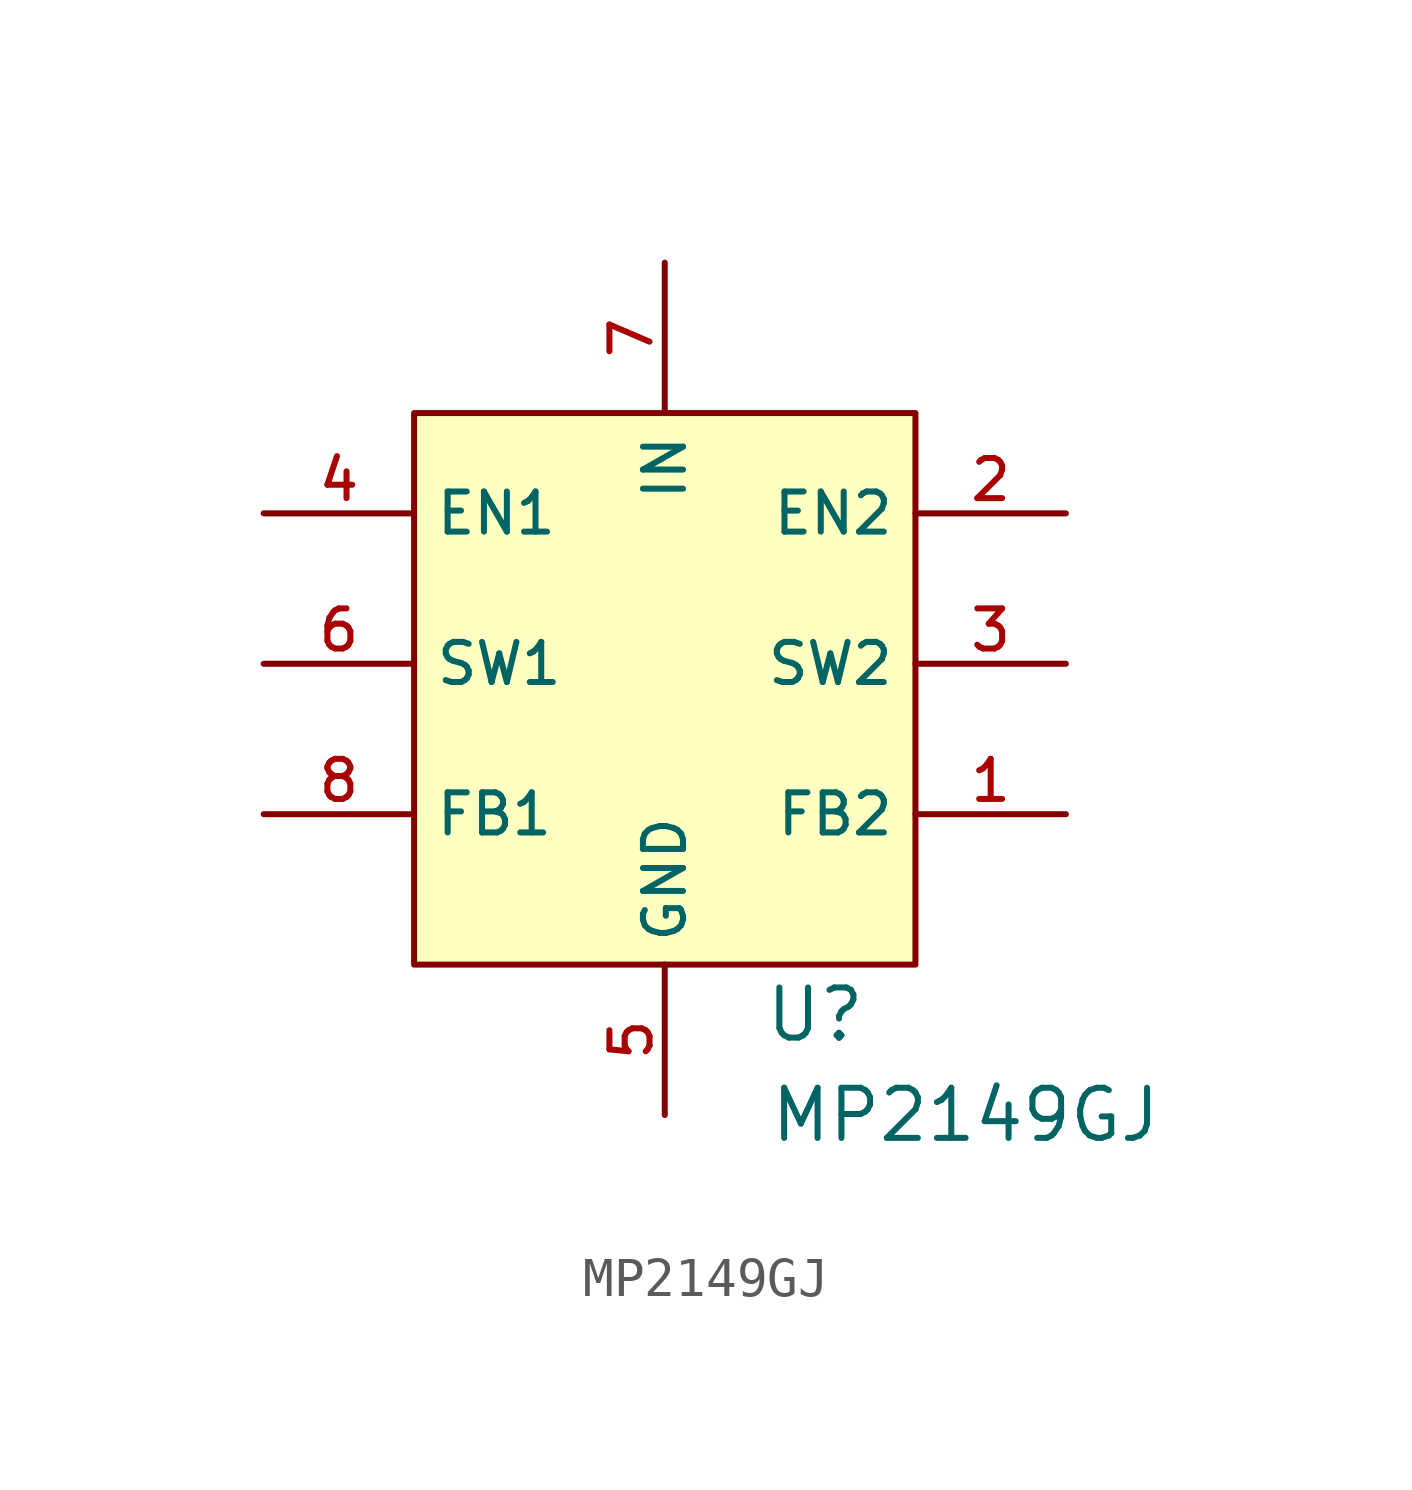
<source format=kicad_sym>
(kicad_symbol_lib
  (version 20211014)
  (generator kicad_symbol_editor)
  (symbol "MP2149GJ"
    (property "Reference" "U"
      (at 3.81 -1.27 0)
      (effects (font (size 1.27 1.27))))
    (property "Value" "MP2149GJ"
      (at 7.62 -3.81 0)
      (effects (font (size 1.27 1.27))))
    (symbol "MP2149GJ_0_1"
      (rectangle (start -6.35 13.97) (end 6.35 0) (stroke (width 0) (type default) (color 0 0 0 0)) (fill (type background)))
      (pin input line (at 10.16 3.81 180) (length 3.81) (name "FB2" (effects (font (size 1.016 1.016)))) (number "1" (effects (font (size 1.016 1.016)))))
      (pin input line (at 10.16 11.43 180) (length 3.81) (name "EN2" (effects (font (size 1.016 1.016)))) (number "2" (effects (font (size 1.016 1.016)))))
      (pin bidirectional line (at 10.16 7.62 180) (length 3.81) (name "SW2" (effects (font (size 1.016 1.016)))) (number "3" (effects (font (size 1.016 1.016)))))
      (pin input line (at -10.16 11.43 0) (length 3.81) (name "EN1" (effects (font (size 1.016 1.016)))) (number "4" (effects (font (size 1.016 1.016)))))
      (pin power_in line (at 0 -3.81 90) (length 3.81) (name "GND" (effects (font (size 1.016 1.016)))) (number "5" (effects (font (size 1.016 1.016)))))
      (pin bidirectional line (at -10.16 7.62 0) (length 3.81) (name "SW1" (effects (font (size 1.016 1.016)))) (number "6" (effects (font (size 1.016 1.016)))))
      (pin power_in line (at 0 17.78 270) (length 3.81) (name "IN" (effects (font (size 1.016 1.016)))) (number "7" (effects (font (size 1.016 1.016)))))
      (pin input line (at -10.16 3.81 0) (length 3.81) (name "FB1" (effects (font (size 1.016 1.016)))) (number "8" (effects (font (size 1.016 1.016))))))))
</source>
